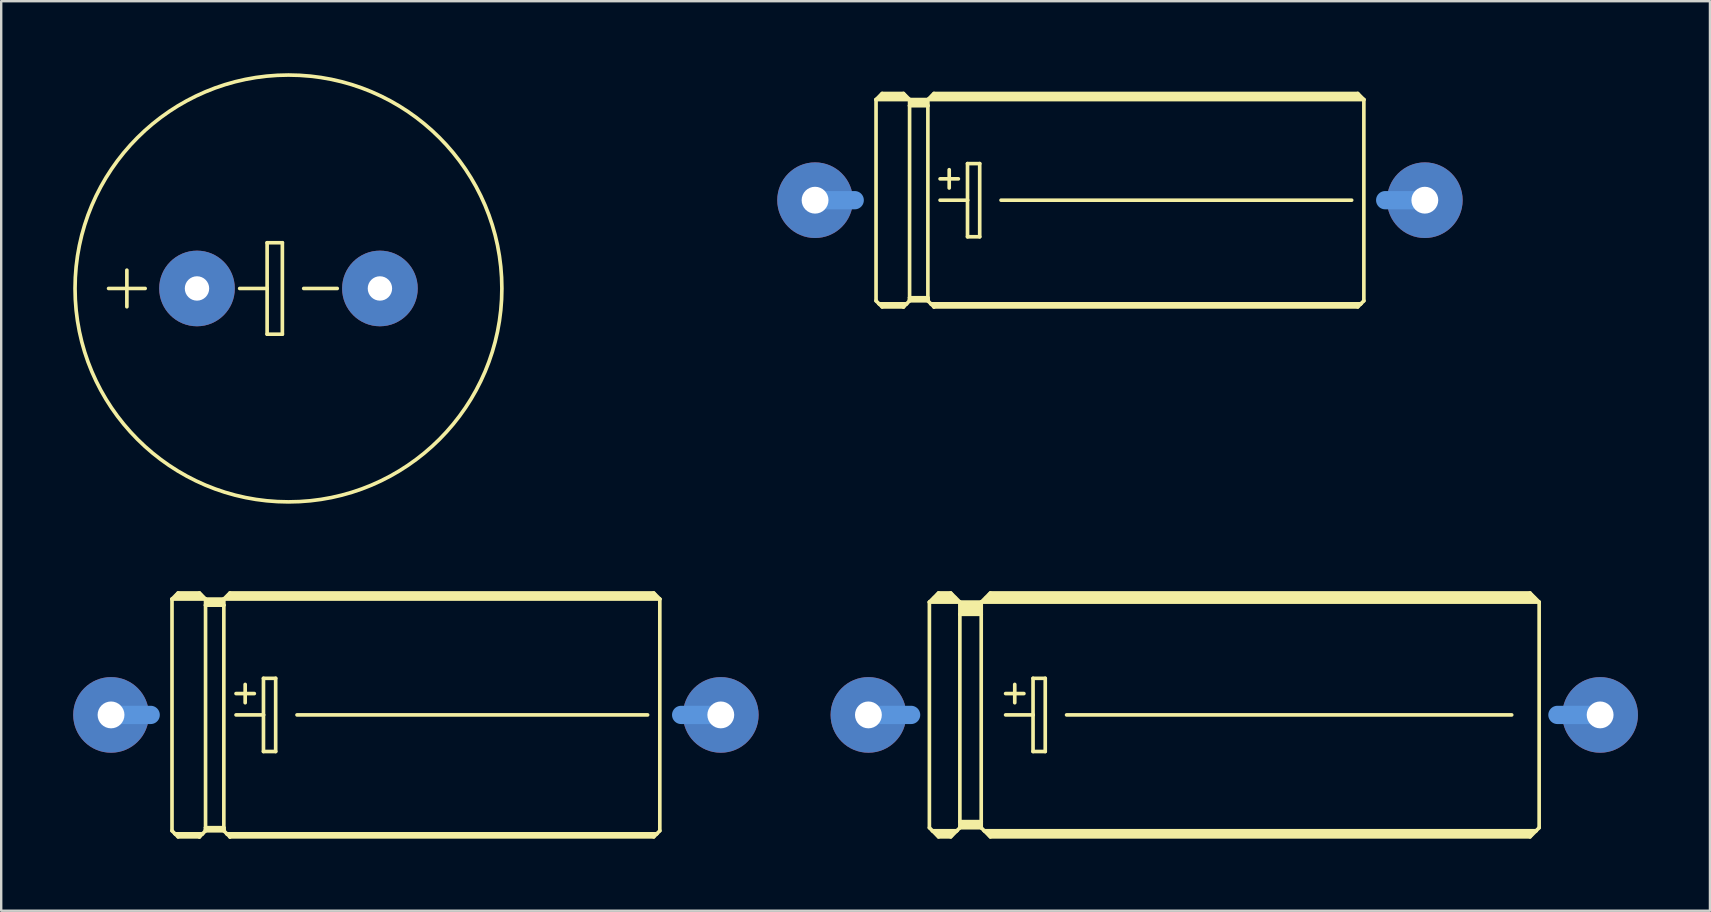
<source format=kicad_pcb>
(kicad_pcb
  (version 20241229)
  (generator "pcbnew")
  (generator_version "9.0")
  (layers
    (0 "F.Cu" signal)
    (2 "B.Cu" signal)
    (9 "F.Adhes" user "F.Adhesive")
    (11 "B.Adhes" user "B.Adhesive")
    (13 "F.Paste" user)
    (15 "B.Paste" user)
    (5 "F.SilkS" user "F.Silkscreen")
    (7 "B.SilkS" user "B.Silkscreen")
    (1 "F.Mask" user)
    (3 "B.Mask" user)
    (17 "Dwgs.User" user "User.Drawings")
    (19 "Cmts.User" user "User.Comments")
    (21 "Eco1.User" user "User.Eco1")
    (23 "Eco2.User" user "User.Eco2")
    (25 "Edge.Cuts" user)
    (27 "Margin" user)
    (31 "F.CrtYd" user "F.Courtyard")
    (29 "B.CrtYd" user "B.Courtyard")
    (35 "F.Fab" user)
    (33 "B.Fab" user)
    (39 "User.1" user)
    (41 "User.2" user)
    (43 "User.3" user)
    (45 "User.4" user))
  (footprint "E30-10"
    (layer "F.Cu")
    (at 48.364 26.73)
    (property "Reference" "E30-10" (at -8.763 -4.445 0) (layer "Eco1.User") (effects (font (size 1.778 1.778) (thickness 0.178))))
    (attr through_hole)
    (fp_line (start -12.7 -4.699) (end -12.7 4.699) (stroke (width 0.152) (type solid)) (layer "F.SilkS"))
    (fp_line (start -12.7 -4.699) (end -12.319 -5.08) (stroke (width 0.152) (type solid)) (layer "F.SilkS"))
    (fp_line (start -12.7 -4.699) (end -11.43 -4.699) (stroke (width 0.152) (type solid)) (layer "F.SilkS"))
    (fp_line (start -12.7 4.699) (end -12.573 4.826) (stroke (width 0.152) (type solid)) (layer "F.SilkS"))
    (fp_line (start -12.573 4.826) (end -12.319 5.08) (stroke (width 0.152) (type solid)) (layer "F.SilkS"))
    (fp_line (start -12.573 4.826) (end -11.557 4.826) (stroke (width 0.152) (type solid)) (layer "F.SilkS"))
    (fp_line (start -12.446 -4.826) (end -11.684 -4.826) (stroke (width 0.305) (type solid)) (layer "F.SilkS"))
    (fp_line (start -12.319 -5.08) (end -11.811 -5.08) (stroke (width 0.152) (type solid)) (layer "F.SilkS"))
    (fp_line (start -12.319 -4.953) (end -11.811 -4.953) (stroke (width 0.305) (type solid)) (layer "F.SilkS"))
    (fp_line (start -12.319 4.953) (end -11.811 4.953) (stroke (width 0.305) (type solid)) (layer "F.SilkS"))
    (fp_line (start -12.319 5.08) (end -11.811 5.08) (stroke (width 0.152) (type solid)) (layer "F.SilkS"))
    (fp_line (start -11.557 4.826) (end -11.811 5.08) (stroke (width 0.152) (type solid)) (layer "F.SilkS"))
    (fp_line (start -11.43 -4.699) (end -11.811 -5.08) (stroke (width 0.152) (type solid)) (layer "F.SilkS"))
    (fp_line (start -11.43 -4.699) (end -11.43 -4.191) (stroke (width 0.152) (type solid)) (layer "F.SilkS"))
    (fp_line (start -11.43 -4.699) (end -10.541 -4.699) (stroke (width 0.152) (type solid)) (layer "F.SilkS"))
    (fp_line (start -11.43 -4.191) (end -11.43 4.445) (stroke (width 0.152) (type solid)) (layer "F.SilkS"))
    (fp_line (start -11.43 -4.191) (end -10.541 -4.191) (stroke (width 0.152) (type solid)) (layer "F.SilkS"))
    (fp_line (start -11.43 4.445) (end -11.43 4.699) (stroke (width 0.152) (type solid)) (layer "F.SilkS"))
    (fp_line (start -11.43 4.445) (end -10.541 4.445) (stroke (width 0.152) (type solid)) (layer "F.SilkS"))
    (fp_line (start -11.43 4.699) (end -11.557 4.826) (stroke (width 0.152) (type solid)) (layer "F.SilkS"))
    (fp_line (start -11.43 4.699) (end -10.541 4.699) (stroke (width 0.152) (type solid)) (layer "F.SilkS"))
    (fp_line (start -11.303 -4.572) (end -10.668 -4.572) (stroke (width 0.305) (type solid)) (layer "F.SilkS"))
    (fp_line (start -11.303 -4.318) (end -10.668 -4.318) (stroke (width 0.305) (type solid)) (layer "F.SilkS"))
    (fp_line (start -11.303 4.572) (end -10.668 4.572) (stroke (width 0.305) (type solid)) (layer "F.SilkS"))
    (fp_line (start -10.541 -4.699) (end -10.541 -4.191) (stroke (width 0.152) (type solid)) (layer "F.SilkS"))
    (fp_line (start -10.541 -4.699) (end -10.16 -5.08) (stroke (width 0.152) (type solid)) (layer "F.SilkS"))
    (fp_line (start -10.541 -4.699) (end 12.7 -4.699) (stroke (width 0.152) (type solid)) (layer "F.SilkS"))
    (fp_line (start -10.541 -4.191) (end -10.541 4.445) (stroke (width 0.152) (type solid)) (layer "F.SilkS"))
    (fp_line (start -10.541 4.445) (end -10.541 4.699) (stroke (width 0.152) (type solid)) (layer "F.SilkS"))
    (fp_line (start -10.414 4.826) (end -10.541 4.699) (stroke (width 0.152) (type solid)) (layer "F.SilkS"))
    (fp_line (start -10.414 4.826) (end 12.573 4.826) (stroke (width 0.152) (type solid)) (layer "F.SilkS"))
    (fp_line (start -10.287 -4.826) (end 12.446 -4.826) (stroke (width 0.305) (type solid)) (layer "F.SilkS"))
    (fp_line (start -10.16 -4.953) (end 12.319 -4.953) (stroke (width 0.305) (type solid)) (layer "F.SilkS"))
    (fp_line (start -10.16 4.953) (end 12.319 4.953) (stroke (width 0.305) (type solid)) (layer "F.SilkS"))
    (fp_line (start -10.16 5.08) (end -10.414 4.826) (stroke (width 0.152) (type solid)) (layer "F.SilkS"))
    (fp_line (start -9.525 -0.889) (end -8.763 -0.889) (stroke (width 0.152) (type solid)) (layer "F.SilkS"))
    (fp_line (start -9.525 0) (end -8.382 0) (stroke (width 0.152) (type solid)) (layer "F.SilkS"))
    (fp_line (start -9.144 -1.27) (end -9.144 -0.508) (stroke (width 0.152) (type solid)) (layer "F.SilkS"))
    (fp_line (start -8.382 -1.524) (end -8.382 0) (stroke (width 0.152) (type solid)) (layer "F.SilkS"))
    (fp_line (start -8.382 0) (end -8.382 1.524) (stroke (width 0.152) (type solid)) (layer "F.SilkS"))
    (fp_line (start -8.382 1.524) (end -7.874 1.524) (stroke (width 0.152) (type solid)) (layer "F.SilkS"))
    (fp_line (start -7.874 -1.524) (end -8.382 -1.524) (stroke (width 0.152) (type solid)) (layer "F.SilkS"))
    (fp_line (start -7.874 1.524) (end -7.874 -1.524) (stroke (width 0.152) (type solid)) (layer "F.SilkS"))
    (fp_line (start -6.985 0) (end 11.557 0) (stroke (width 0.152) (type solid)) (layer "F.SilkS"))
    (fp_line (start 12.319 -5.08) (end -10.16 -5.08) (stroke (width 0.152) (type solid)) (layer "F.SilkS"))
    (fp_line (start 12.319 5.08) (end -10.16 5.08) (stroke (width 0.152) (type solid)) (layer "F.SilkS"))
    (fp_line (start 12.573 4.826) (end 12.319 5.08) (stroke (width 0.152) (type solid)) (layer "F.SilkS"))
    (fp_line (start 12.7 -4.699) (end 12.319 -5.08) (stroke (width 0.152) (type solid)) (layer "F.SilkS"))
    (fp_line (start 12.7 -4.699) (end 12.7 4.699) (stroke (width 0.152) (type solid)) (layer "F.SilkS"))
    (fp_line (start 12.7 4.699) (end 12.573 4.826) (stroke (width 0.152) (type solid)) (layer "F.SilkS"))
    (fp_line (start -15.24 0) (end -13.462 0) (stroke (width 0.762) (type solid)) (layer "Cmts.User"))
    (fp_line (start 15.24 0) (end 13.462 0) (stroke (width 0.762) (type solid)) (layer "Cmts.User"))
    (pad "+" thru_hole oval (at -15.24 0) (size 3.15 3.15) (drill 1.118) (layers "*.Cu" "*.Mask"))
    (pad "-" thru_hole oval (at 15.24 0) (size 3.15 3.15) (drill 1.118) (layers "*.Cu" "*.Mask")))
  (footprint "E7,5-18"
    (layer "F.Cu")
    (at 8.966 8.966)
    (property "Reference" "E7,5-18" (at 11.557 -4.191 0) (layer "Eco1.User") (effects (font (size 1.778 1.778) (thickness 0.178))))
    (attr through_hole)
    (fp_line (start -7.493 0) (end -5.969 0) (stroke (width 0.152) (type solid)) (layer "F.SilkS"))
    (fp_line (start -6.731 0.762) (end -6.731 -0.762) (stroke (width 0.152) (type solid)) (layer "F.SilkS"))
    (fp_line (start -0.889 -1.905) (end -0.889 0) (stroke (width 0.152) (type solid)) (layer "F.SilkS"))
    (fp_line (start -0.889 0) (end -2.032 0) (stroke (width 0.152) (type solid)) (layer "F.SilkS"))
    (fp_line (start -0.889 0) (end -0.889 1.905) (stroke (width 0.152) (type solid)) (layer "F.SilkS"))
    (fp_line (start -0.889 1.905) (end -0.254 1.905) (stroke (width 0.152) (type solid)) (layer "F.SilkS"))
    (fp_line (start -0.254 -1.905) (end -0.889 -1.905) (stroke (width 0.152) (type solid)) (layer "F.SilkS"))
    (fp_line (start -0.254 1.905) (end -0.254 -1.905) (stroke (width 0.152) (type solid)) (layer "F.SilkS"))
    (fp_line (start 0.635 0) (end 2.032 0) (stroke (width 0.152) (type solid)) (layer "F.SilkS"))
    (fp_circle (center 0 0) (end 8.89 0) (stroke (width 0.152) (type solid)) (fill no) (layer "F.SilkS"))
    (pad "+" thru_hole oval (at -3.81 0) (size 3.15 3.15) (drill 1.016) (layers "*.Cu" "*.Mask"))
    (pad "-" thru_hole oval (at 3.81 0) (size 3.15 3.15) (drill 1.016) (layers "*.Cu" "*.Mask")))
  (footprint "E25-9"
    (layer "F.Cu")
    (at 43.602 5.289)
    (property "Reference" "E25-9" (at -6.223 -3.937 0) (layer "Eco1.User") (effects (font (size 1.778 1.778) (thickness 0.178))))
    (attr through_hole)
    (fp_line (start -10.16 -4.191) (end -10.16 4.191) (stroke (width 0.152) (type solid)) (layer "F.SilkS"))
    (fp_line (start -10.16 -4.191) (end -9.906 -4.445) (stroke (width 0.152) (type solid)) (layer "F.SilkS"))
    (fp_line (start -10.16 -4.191) (end -8.763 -4.191) (stroke (width 0.152) (type solid)) (layer "F.SilkS"))
    (fp_line (start -10.16 4.191) (end -10.033 4.318) (stroke (width 0.152) (type solid)) (layer "F.SilkS"))
    (fp_line (start -10.033 4.318) (end -9.906 4.445) (stroke (width 0.152) (type solid)) (layer "F.SilkS"))
    (fp_line (start -10.033 4.318) (end -8.89 4.318) (stroke (width 0.152) (type solid)) (layer "F.SilkS"))
    (fp_line (start -9.906 -4.445) (end -9.017 -4.445) (stroke (width 0.152) (type solid)) (layer "F.SilkS"))
    (fp_line (start -9.906 -4.318) (end -9.017 -4.318) (stroke (width 0.305) (type solid)) (layer "F.SilkS"))
    (fp_line (start -9.906 4.394) (end -9.017 4.394) (stroke (width 0.152) (type solid)) (layer "F.SilkS"))
    (fp_line (start -9.906 4.445) (end -9.017 4.445) (stroke (width 0.152) (type solid)) (layer "F.SilkS"))
    (fp_line (start -9.017 -4.445) (end -8.763 -4.191) (stroke (width 0.152) (type solid)) (layer "F.SilkS"))
    (fp_line (start -9.017 4.394) (end -9.017 4.445) (stroke (width 0.152) (type solid)) (layer "F.SilkS"))
    (fp_line (start -9.017 4.445) (end -8.89 4.318) (stroke (width 0.152) (type solid)) (layer "F.SilkS"))
    (fp_line (start -8.89 4.318) (end -8.763 4.191) (stroke (width 0.152) (type solid)) (layer "F.SilkS"))
    (fp_line (start -8.763 -4.191) (end -8.763 -3.937) (stroke (width 0.152) (type solid)) (layer "F.SilkS"))
    (fp_line (start -8.763 -3.937) (end -8.001 -3.937) (stroke (width 0.152) (type solid)) (layer "F.SilkS"))
    (fp_line (start -8.763 4.064) (end -8.763 -3.937) (stroke (width 0.152) (type solid)) (layer "F.SilkS"))
    (fp_line (start -8.763 4.064) (end -8.001 4.064) (stroke (width 0.152) (type solid)) (layer "F.SilkS"))
    (fp_line (start -8.763 4.14) (end -8.763 4.064) (stroke (width 0.152) (type solid)) (layer "F.SilkS"))
    (fp_line (start -8.763 4.14) (end -8.001 4.14) (stroke (width 0.152) (type solid)) (layer "F.SilkS"))
    (fp_line (start -8.763 4.191) (end -8.763 4.14) (stroke (width 0.152) (type solid)) (layer "F.SilkS"))
    (fp_line (start -8.636 -4.064) (end -8.128 -4.064) (stroke (width 0.305) (type solid)) (layer "F.SilkS"))
    (fp_line (start -8.001 -4.191) (end -8.763 -4.191) (stroke (width 0.152) (type solid)) (layer "F.SilkS"))
    (fp_line (start -8.001 -4.191) (end -8.001 -3.937) (stroke (width 0.152) (type solid)) (layer "F.SilkS"))
    (fp_line (start -8.001 -4.191) (end 10.16 -4.191) (stroke (width 0.152) (type solid)) (layer "F.SilkS"))
    (fp_line (start -8.001 4.064) (end -8.001 -3.937) (stroke (width 0.152) (type solid)) (layer "F.SilkS"))
    (fp_line (start -8.001 4.14) (end -8.001 4.064) (stroke (width 0.152) (type solid)) (layer "F.SilkS"))
    (fp_line (start -8.001 4.191) (end -8.763 4.191) (stroke (width 0.152) (type solid)) (layer "F.SilkS"))
    (fp_line (start -8.001 4.191) (end -8.001 4.14) (stroke (width 0.152) (type solid)) (layer "F.SilkS"))
    (fp_line (start -7.874 4.318) (end -8.001 4.191) (stroke (width 0.152) (type solid)) (layer "F.SilkS"))
    (fp_line (start -7.874 4.318) (end 10.033 4.318) (stroke (width 0.152) (type solid)) (layer "F.SilkS"))
    (fp_line (start -7.747 -4.445) (end -8.001 -4.191) (stroke (width 0.152) (type solid)) (layer "F.SilkS"))
    (fp_line (start -7.747 -4.445) (end 9.906 -4.445) (stroke (width 0.152) (type solid)) (layer "F.SilkS"))
    (fp_line (start -7.747 -4.318) (end 9.906 -4.318) (stroke (width 0.305) (type solid)) (layer "F.SilkS"))
    (fp_line (start -7.747 4.394) (end 9.906 4.394) (stroke (width 0.152) (type solid)) (layer "F.SilkS"))
    (fp_line (start -7.747 4.445) (end -7.874 4.318) (stroke (width 0.152) (type solid)) (layer "F.SilkS"))
    (fp_line (start -7.747 4.445) (end -7.747 4.394) (stroke (width 0.152) (type solid)) (layer "F.SilkS"))
    (fp_line (start -7.747 4.445) (end 9.906 4.445) (stroke (width 0.152) (type solid)) (layer "F.SilkS"))
    (fp_line (start -7.493 -0.889) (end -6.731 -0.889) (stroke (width 0.152) (type solid)) (layer "F.SilkS"))
    (fp_line (start -7.493 0) (end -6.35 0) (stroke (width 0.152) (type solid)) (layer "F.SilkS"))
    (fp_line (start -7.112 -1.27) (end -7.112 -0.508) (stroke (width 0.152) (type solid)) (layer "F.SilkS"))
    (fp_line (start -6.35 -1.524) (end -6.35 0) (stroke (width 0.152) (type solid)) (layer "F.SilkS"))
    (fp_line (start -6.35 0) (end -6.35 1.524) (stroke (width 0.152) (type solid)) (layer "F.SilkS"))
    (fp_line (start -6.35 1.524) (end -5.842 1.524) (stroke (width 0.152) (type solid)) (layer "F.SilkS"))
    (fp_line (start -5.842 -1.524) (end -6.35 -1.524) (stroke (width 0.152) (type solid)) (layer "F.SilkS"))
    (fp_line (start -5.842 1.524) (end -5.842 -1.524) (stroke (width 0.152) (type solid)) (layer "F.SilkS"))
    (fp_line (start -4.953 0) (end 9.652 0) (stroke (width 0.152) (type solid)) (layer "F.SilkS"))
    (fp_line (start 9.906 -4.445) (end 10.16 -4.191) (stroke (width 0.152) (type solid)) (layer "F.SilkS"))
    (fp_line (start 9.906 4.445) (end 10.033 4.318) (stroke (width 0.152) (type solid)) (layer "F.SilkS"))
    (fp_line (start 10.033 4.318) (end 10.16 4.191) (stroke (width 0.152) (type solid)) (layer "F.SilkS"))
    (fp_line (start 10.16 4.191) (end 10.16 -4.191) (stroke (width 0.152) (type solid)) (layer "F.SilkS"))
    (fp_line (start -12.7 0) (end -11.049 0) (stroke (width 0.762) (type solid)) (layer "Cmts.User"))
    (fp_line (start 12.7 0) (end 11.049 0) (stroke (width 0.762) (type solid)) (layer "Cmts.User"))
    (pad "+" thru_hole oval (at -12.7 0) (size 3.15 3.15) (drill 1.118) (layers "*.Cu" "*.Mask"))
    (pad "-" thru_hole oval (at 12.7 0) (size 3.15 3.15) (drill 1.118) (layers "*.Cu" "*.Mask")))
  (footprint "E25-10"
    (layer "F.Cu")
    (at 14.275 26.73)
    (property "Reference" "E25-10" (at -6.35 -4.445 0) (layer "Eco1.User") (effects (font (size 1.778 1.778) (thickness 0.178))))
    (attr through_hole)
    (fp_line (start -10.16 -4.826) (end -10.16 4.826) (stroke (width 0.152) (type solid)) (layer "F.SilkS"))
    (fp_line (start -10.16 -4.826) (end -9.906 -5.08) (stroke (width 0.152) (type solid)) (layer "F.SilkS"))
    (fp_line (start -10.16 -4.826) (end -8.763 -4.826) (stroke (width 0.152) (type solid)) (layer "F.SilkS"))
    (fp_line (start -10.16 4.826) (end -10.033 4.953) (stroke (width 0.152) (type solid)) (layer "F.SilkS"))
    (fp_line (start -10.033 4.953) (end -9.906 5.08) (stroke (width 0.152) (type solid)) (layer "F.SilkS"))
    (fp_line (start -10.033 4.953) (end -8.89 4.953) (stroke (width 0.152) (type solid)) (layer "F.SilkS"))
    (fp_line (start -9.906 -5.08) (end -9.017 -5.08) (stroke (width 0.152) (type solid)) (layer "F.SilkS"))
    (fp_line (start -9.906 -4.953) (end -9.017 -4.953) (stroke (width 0.305) (type solid)) (layer "F.SilkS"))
    (fp_line (start -9.906 5.029) (end -9.017 5.029) (stroke (width 0.152) (type solid)) (layer "F.SilkS"))
    (fp_line (start -9.906 5.08) (end -9.017 5.08) (stroke (width 0.152) (type solid)) (layer "F.SilkS"))
    (fp_line (start -9.017 -5.08) (end -8.763 -4.826) (stroke (width 0.152) (type solid)) (layer "F.SilkS"))
    (fp_line (start -9.017 5.029) (end -9.017 5.08) (stroke (width 0.152) (type solid)) (layer "F.SilkS"))
    (fp_line (start -9.017 5.08) (end -8.89 4.953) (stroke (width 0.152) (type solid)) (layer "F.SilkS"))
    (fp_line (start -8.89 4.953) (end -8.763 4.826) (stroke (width 0.152) (type solid)) (layer "F.SilkS"))
    (fp_line (start -8.763 -4.826) (end -8.763 -4.572) (stroke (width 0.152) (type solid)) (layer "F.SilkS"))
    (fp_line (start -8.763 -4.572) (end -8.001 -4.572) (stroke (width 0.152) (type solid)) (layer "F.SilkS"))
    (fp_line (start -8.763 4.699) (end -8.763 -4.572) (stroke (width 0.152) (type solid)) (layer "F.SilkS"))
    (fp_line (start -8.763 4.699) (end -8.001 4.699) (stroke (width 0.152) (type solid)) (layer "F.SilkS"))
    (fp_line (start -8.763 4.775) (end -8.763 4.699) (stroke (width 0.152) (type solid)) (layer "F.SilkS"))
    (fp_line (start -8.763 4.775) (end -8.001 4.775) (stroke (width 0.152) (type solid)) (layer "F.SilkS"))
    (fp_line (start -8.763 4.826) (end -8.763 4.775) (stroke (width 0.152) (type solid)) (layer "F.SilkS"))
    (fp_line (start -8.636 -4.699) (end -8.128 -4.699) (stroke (width 0.305) (type solid)) (layer "F.SilkS"))
    (fp_line (start -8.001 -4.826) (end -8.763 -4.826) (stroke (width 0.152) (type solid)) (layer "F.SilkS"))
    (fp_line (start -8.001 -4.826) (end -8.001 -4.572) (stroke (width 0.152) (type solid)) (layer "F.SilkS"))
    (fp_line (start -8.001 -4.826) (end 10.16 -4.826) (stroke (width 0.152) (type solid)) (layer "F.SilkS"))
    (fp_line (start -8.001 4.699) (end -8.001 -4.572) (stroke (width 0.152) (type solid)) (layer "F.SilkS"))
    (fp_line (start -8.001 4.775) (end -8.001 4.699) (stroke (width 0.152) (type solid)) (layer "F.SilkS"))
    (fp_line (start -8.001 4.826) (end -8.763 4.826) (stroke (width 0.152) (type solid)) (layer "F.SilkS"))
    (fp_line (start -8.001 4.826) (end -8.001 4.775) (stroke (width 0.152) (type solid)) (layer "F.SilkS"))
    (fp_line (start -7.874 4.953) (end -8.001 4.826) (stroke (width 0.152) (type solid)) (layer "F.SilkS"))
    (fp_line (start -7.874 4.953) (end 10.033 4.953) (stroke (width 0.152) (type solid)) (layer "F.SilkS"))
    (fp_line (start -7.747 -5.08) (end -8.001 -4.826) (stroke (width 0.152) (type solid)) (layer "F.SilkS"))
    (fp_line (start -7.747 -5.08) (end 9.906 -5.08) (stroke (width 0.152) (type solid)) (layer "F.SilkS"))
    (fp_line (start -7.747 -4.953) (end 9.906 -4.953) (stroke (width 0.305) (type solid)) (layer "F.SilkS"))
    (fp_line (start -7.747 5.029) (end 9.906 5.029) (stroke (width 0.152) (type solid)) (layer "F.SilkS"))
    (fp_line (start -7.747 5.08) (end -7.874 4.953) (stroke (width 0.152) (type solid)) (layer "F.SilkS"))
    (fp_line (start -7.747 5.08) (end -7.747 5.029) (stroke (width 0.152) (type solid)) (layer "F.SilkS"))
    (fp_line (start -7.747 5.08) (end 9.906 5.08) (stroke (width 0.152) (type solid)) (layer "F.SilkS"))
    (fp_line (start -7.493 -0.889) (end -6.731 -0.889) (stroke (width 0.152) (type solid)) (layer "F.SilkS"))
    (fp_line (start -7.493 0) (end -6.35 0) (stroke (width 0.152) (type solid)) (layer "F.SilkS"))
    (fp_line (start -7.112 -1.27) (end -7.112 -0.508) (stroke (width 0.152) (type solid)) (layer "F.SilkS"))
    (fp_line (start -6.35 -1.524) (end -6.35 0) (stroke (width 0.152) (type solid)) (layer "F.SilkS"))
    (fp_line (start -6.35 0) (end -6.35 1.524) (stroke (width 0.152) (type solid)) (layer "F.SilkS"))
    (fp_line (start -6.35 1.524) (end -5.842 1.524) (stroke (width 0.152) (type solid)) (layer "F.SilkS"))
    (fp_line (start -5.842 -1.524) (end -6.35 -1.524) (stroke (width 0.152) (type solid)) (layer "F.SilkS"))
    (fp_line (start -5.842 1.524) (end -5.842 -1.524) (stroke (width 0.152) (type solid)) (layer "F.SilkS"))
    (fp_line (start -4.953 0) (end 9.652 0) (stroke (width 0.152) (type solid)) (layer "F.SilkS"))
    (fp_line (start 9.906 -5.08) (end 10.16 -4.826) (stroke (width 0.152) (type solid)) (layer "F.SilkS"))
    (fp_line (start 9.906 5.08) (end 10.033 4.953) (stroke (width 0.152) (type solid)) (layer "F.SilkS"))
    (fp_line (start 10.033 4.953) (end 10.16 4.826) (stroke (width 0.152) (type solid)) (layer "F.SilkS"))
    (fp_line (start 10.16 4.826) (end 10.16 -4.826) (stroke (width 0.152) (type solid)) (layer "F.SilkS"))
    (fp_line (start -12.7 0) (end -11.049 0) (stroke (width 0.762) (type solid)) (layer "Cmts.User"))
    (fp_line (start 12.7 0) (end 11.049 0) (stroke (width 0.762) (type solid)) (layer "Cmts.User"))
    (pad "+" thru_hole oval (at -12.7 0) (size 3.15 3.15) (drill 1.118) (layers "*.Cu" "*.Mask"))
    (pad "-" thru_hole oval (at 12.7 0) (size 3.15 3.15) (drill 1.118) (layers "*.Cu" "*.Mask")))
  (gr_rect
    (start -3 -3)
    (end 68.179 34.886)
    (stroke (width 0.1) (type default))
    (fill no)
    (layer "Edge.Cuts")))
</source>
